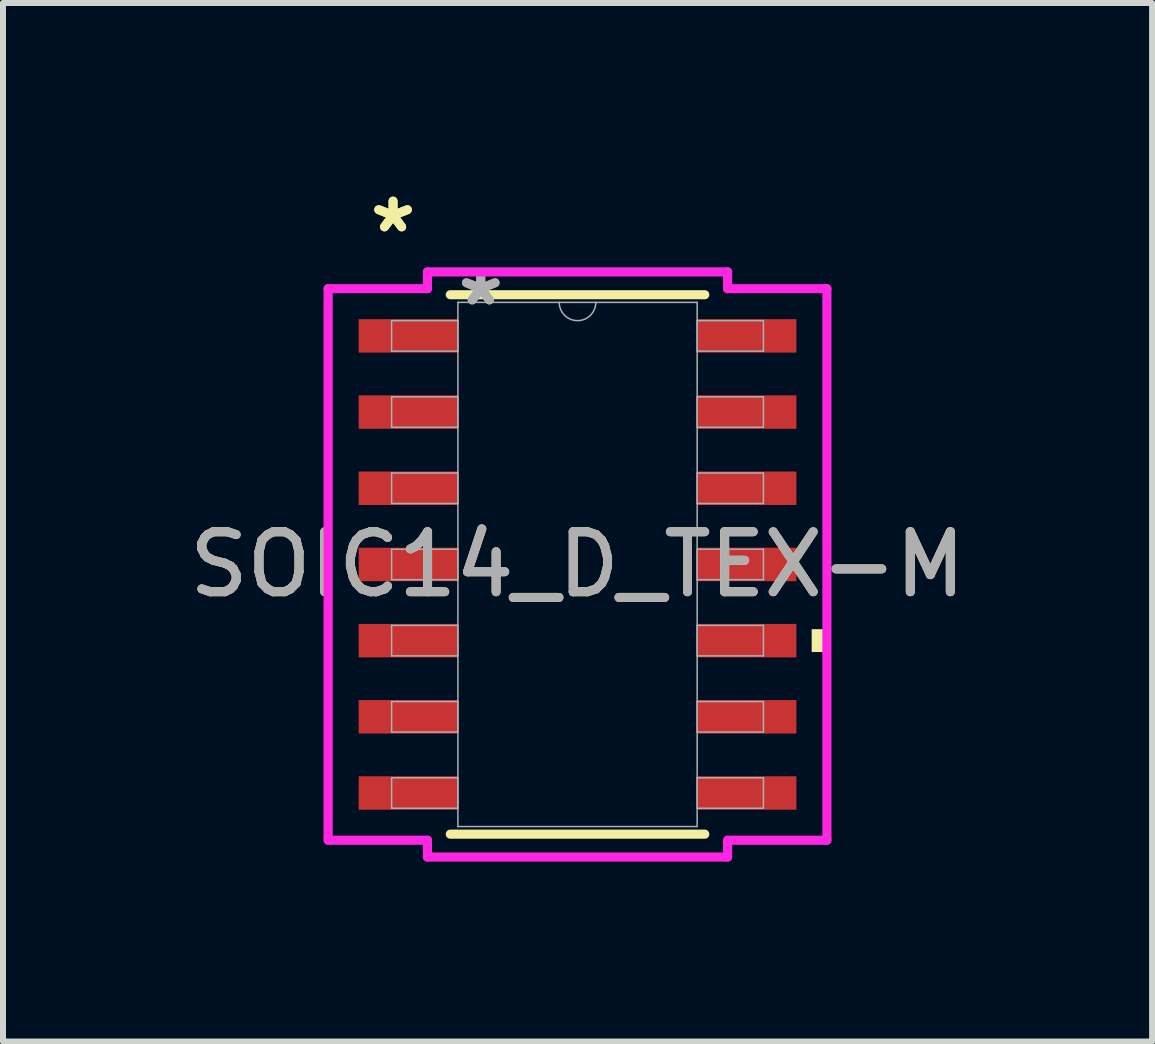
<source format=kicad_pcb>
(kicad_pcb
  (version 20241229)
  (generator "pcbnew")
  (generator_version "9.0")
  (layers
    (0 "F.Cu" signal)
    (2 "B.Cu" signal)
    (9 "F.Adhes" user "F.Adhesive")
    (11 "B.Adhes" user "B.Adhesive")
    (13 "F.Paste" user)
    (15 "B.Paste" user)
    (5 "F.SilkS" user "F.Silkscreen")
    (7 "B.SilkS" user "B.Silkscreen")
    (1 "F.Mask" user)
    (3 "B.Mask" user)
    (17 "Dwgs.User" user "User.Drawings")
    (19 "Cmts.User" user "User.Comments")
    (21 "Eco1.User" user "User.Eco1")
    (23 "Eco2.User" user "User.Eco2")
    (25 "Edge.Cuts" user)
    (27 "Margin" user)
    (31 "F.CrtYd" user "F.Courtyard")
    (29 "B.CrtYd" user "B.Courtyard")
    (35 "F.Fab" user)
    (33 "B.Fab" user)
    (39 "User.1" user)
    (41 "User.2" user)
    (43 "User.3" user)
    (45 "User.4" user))
  (footprint "SOIC14_D_TEX-M"
    (layer "F.Cu")
    (at 6.577 6.359)
    (property "Reference" "SOIC14_D_TEX-M" (at 0 0 0) (unlocked yes) (layer "F.SilkS") (effects (font (size 1 1) (thickness 0.15))))
    (attr smd)
    (fp_line (start -2.121 4.496) (end 2.121 4.496) (stroke (width 0.152) (type solid)) (layer "F.SilkS"))
    (fp_line (start 2.121 -4.496) (end -2.121 -4.496) (stroke (width 0.152) (type solid)) (layer "F.SilkS"))
    (fp_poly (pts (xy 4.157 1.079) (xy 4.157 1.46) (xy 3.903 1.46) (xy 3.903 1.079)) (stroke (width 0) (type solid)) (fill yes) (layer "F.SilkS"))
    (fp_line (start -4.157 -4.597) (end -2.502 -4.597) (stroke (width 0.152) (type solid)) (layer "F.CrtYd"))
    (fp_line (start -4.157 4.597) (end -4.157 -4.597) (stroke (width 0.152) (type solid)) (layer "F.CrtYd"))
    (fp_line (start -4.157 4.597) (end -2.502 4.597) (stroke (width 0.152) (type solid)) (layer "F.CrtYd"))
    (fp_line (start -2.502 -4.877) (end 2.502 -4.877) (stroke (width 0.152) (type solid)) (layer "F.CrtYd"))
    (fp_line (start -2.502 -4.597) (end -2.502 -4.877) (stroke (width 0.152) (type solid)) (layer "F.CrtYd"))
    (fp_line (start -2.502 4.877) (end -2.502 4.597) (stroke (width 0.152) (type solid)) (layer "F.CrtYd"))
    (fp_line (start 2.502 -4.877) (end 2.502 -4.597) (stroke (width 0.152) (type solid)) (layer "F.CrtYd"))
    (fp_line (start 2.502 4.597) (end 2.502 4.877) (stroke (width 0.152) (type solid)) (layer "F.CrtYd"))
    (fp_line (start 2.502 4.877) (end -2.502 4.877) (stroke (width 0.152) (type solid)) (layer "F.CrtYd"))
    (fp_line (start 4.157 -4.597) (end 2.502 -4.597) (stroke (width 0.152) (type solid)) (layer "F.CrtYd"))
    (fp_line (start 4.157 -4.597) (end 4.157 4.597) (stroke (width 0.152) (type solid)) (layer "F.CrtYd"))
    (fp_line (start 4.157 4.597) (end 2.502 4.597) (stroke (width 0.152) (type solid)) (layer "F.CrtYd"))
    (fp_line (start -3.099 -4.064) (end -3.099 -3.556) (stroke (width 0.025) (type solid)) (layer "F.Fab"))
    (fp_line (start -3.099 -3.556) (end -1.994 -3.556) (stroke (width 0.025) (type solid)) (layer "F.Fab"))
    (fp_line (start -3.099 -2.794) (end -3.099 -2.286) (stroke (width 0.025) (type solid)) (layer "F.Fab"))
    (fp_line (start -3.099 -2.286) (end -1.994 -2.286) (stroke (width 0.025) (type solid)) (layer "F.Fab"))
    (fp_line (start -3.099 -1.524) (end -3.099 -1.016) (stroke (width 0.025) (type solid)) (layer "F.Fab"))
    (fp_line (start -3.099 -1.016) (end -1.994 -1.016) (stroke (width 0.025) (type solid)) (layer "F.Fab"))
    (fp_line (start -3.099 -0.254) (end -3.099 0.254) (stroke (width 0.025) (type solid)) (layer "F.Fab"))
    (fp_line (start -3.099 0.254) (end -1.994 0.254) (stroke (width 0.025) (type solid)) (layer "F.Fab"))
    (fp_line (start -3.099 1.016) (end -3.099 1.524) (stroke (width 0.025) (type solid)) (layer "F.Fab"))
    (fp_line (start -3.099 1.524) (end -1.994 1.524) (stroke (width 0.025) (type solid)) (layer "F.Fab"))
    (fp_line (start -3.099 2.286) (end -3.099 2.794) (stroke (width 0.025) (type solid)) (layer "F.Fab"))
    (fp_line (start -3.099 2.794) (end -1.994 2.794) (stroke (width 0.025) (type solid)) (layer "F.Fab"))
    (fp_line (start -3.099 3.556) (end -3.099 4.064) (stroke (width 0.025) (type solid)) (layer "F.Fab"))
    (fp_line (start -3.099 4.064) (end -1.994 4.064) (stroke (width 0.025) (type solid)) (layer "F.Fab"))
    (fp_line (start -1.994 -4.369) (end -1.994 4.369) (stroke (width 0.025) (type solid)) (layer "F.Fab"))
    (fp_line (start -1.994 -4.064) (end -3.099 -4.064) (stroke (width 0.025) (type solid)) (layer "F.Fab"))
    (fp_line (start -1.994 -3.556) (end -1.994 -4.064) (stroke (width 0.025) (type solid)) (layer "F.Fab"))
    (fp_line (start -1.994 -2.794) (end -3.099 -2.794) (stroke (width 0.025) (type solid)) (layer "F.Fab"))
    (fp_line (start -1.994 -2.286) (end -1.994 -2.794) (stroke (width 0.025) (type solid)) (layer "F.Fab"))
    (fp_line (start -1.994 -1.524) (end -3.099 -1.524) (stroke (width 0.025) (type solid)) (layer "F.Fab"))
    (fp_line (start -1.994 -1.016) (end -1.994 -1.524) (stroke (width 0.025) (type solid)) (layer "F.Fab"))
    (fp_line (start -1.994 -0.254) (end -3.099 -0.254) (stroke (width 0.025) (type solid)) (layer "F.Fab"))
    (fp_line (start -1.994 0.254) (end -1.994 -0.254) (stroke (width 0.025) (type solid)) (layer "F.Fab"))
    (fp_line (start -1.994 1.016) (end -3.099 1.016) (stroke (width 0.025) (type solid)) (layer "F.Fab"))
    (fp_line (start -1.994 1.524) (end -1.994 1.016) (stroke (width 0.025) (type solid)) (layer "F.Fab"))
    (fp_line (start -1.994 2.286) (end -3.099 2.286) (stroke (width 0.025) (type solid)) (layer "F.Fab"))
    (fp_line (start -1.994 2.794) (end -1.994 2.286) (stroke (width 0.025) (type solid)) (layer "F.Fab"))
    (fp_line (start -1.994 3.556) (end -3.099 3.556) (stroke (width 0.025) (type solid)) (layer "F.Fab"))
    (fp_line (start -1.994 4.064) (end -1.994 3.556) (stroke (width 0.025) (type solid)) (layer "F.Fab"))
    (fp_line (start -1.994 4.369) (end 1.994 4.369) (stroke (width 0.025) (type solid)) (layer "F.Fab"))
    (fp_line (start 1.994 -4.369) (end -1.994 -4.369) (stroke (width 0.025) (type solid)) (layer "F.Fab"))
    (fp_line (start 1.994 -4.064) (end 1.994 -3.556) (stroke (width 0.025) (type solid)) (layer "F.Fab"))
    (fp_line (start 1.994 -3.556) (end 3.099 -3.556) (stroke (width 0.025) (type solid)) (layer "F.Fab"))
    (fp_line (start 1.994 -2.794) (end 1.994 -2.286) (stroke (width 0.025) (type solid)) (layer "F.Fab"))
    (fp_line (start 1.994 -2.286) (end 3.099 -2.286) (stroke (width 0.025) (type solid)) (layer "F.Fab"))
    (fp_line (start 1.994 -1.524) (end 1.994 -1.016) (stroke (width 0.025) (type solid)) (layer "F.Fab"))
    (fp_line (start 1.994 -1.016) (end 3.099 -1.016) (stroke (width 0.025) (type solid)) (layer "F.Fab"))
    (fp_line (start 1.994 -0.254) (end 1.994 0.254) (stroke (width 0.025) (type solid)) (layer "F.Fab"))
    (fp_line (start 1.994 0.254) (end 3.099 0.254) (stroke (width 0.025) (type solid)) (layer "F.Fab"))
    (fp_line (start 1.994 1.016) (end 1.994 1.524) (stroke (width 0.025) (type solid)) (layer "F.Fab"))
    (fp_line (start 1.994 1.524) (end 3.099 1.524) (stroke (width 0.025) (type solid)) (layer "F.Fab"))
    (fp_line (start 1.994 2.286) (end 1.994 2.794) (stroke (width 0.025) (type solid)) (layer "F.Fab"))
    (fp_line (start 1.994 2.794) (end 3.099 2.794) (stroke (width 0.025) (type solid)) (layer "F.Fab"))
    (fp_line (start 1.994 3.556) (end 1.994 4.064) (stroke (width 0.025) (type solid)) (layer "F.Fab"))
    (fp_line (start 1.994 4.064) (end 3.099 4.064) (stroke (width 0.025) (type solid)) (layer "F.Fab"))
    (fp_line (start 1.994 4.369) (end 1.994 -4.369) (stroke (width 0.025) (type solid)) (layer "F.Fab"))
    (fp_line (start 3.099 -4.064) (end 1.994 -4.064) (stroke (width 0.025) (type solid)) (layer "F.Fab"))
    (fp_line (start 3.099 -3.556) (end 3.099 -4.064) (stroke (width 0.025) (type solid)) (layer "F.Fab"))
    (fp_line (start 3.099 -2.794) (end 1.994 -2.794) (stroke (width 0.025) (type solid)) (layer "F.Fab"))
    (fp_line (start 3.099 -2.286) (end 3.099 -2.794) (stroke (width 0.025) (type solid)) (layer "F.Fab"))
    (fp_line (start 3.099 -1.524) (end 1.994 -1.524) (stroke (width 0.025) (type solid)) (layer "F.Fab"))
    (fp_line (start 3.099 -1.016) (end 3.099 -1.524) (stroke (width 0.025) (type solid)) (layer "F.Fab"))
    (fp_line (start 3.099 -0.254) (end 1.994 -0.254) (stroke (width 0.025) (type solid)) (layer "F.Fab"))
    (fp_line (start 3.099 0.254) (end 3.099 -0.254) (stroke (width 0.025) (type solid)) (layer "F.Fab"))
    (fp_line (start 3.099 1.016) (end 1.994 1.016) (stroke (width 0.025) (type solid)) (layer "F.Fab"))
    (fp_line (start 3.099 1.524) (end 3.099 1.016) (stroke (width 0.025) (type solid)) (layer "F.Fab"))
    (fp_line (start 3.099 2.286) (end 1.994 2.286) (stroke (width 0.025) (type solid)) (layer "F.Fab"))
    (fp_line (start 3.099 2.794) (end 3.099 2.286) (stroke (width 0.025) (type solid)) (layer "F.Fab"))
    (fp_line (start 3.099 3.556) (end 1.994 3.556) (stroke (width 0.025) (type solid)) (layer "F.Fab"))
    (fp_line (start 3.099 4.064) (end 3.099 3.556) (stroke (width 0.025) (type solid)) (layer "F.Fab"))
    (fp_arc (start 0.3048 -4.3688) (mid 0 -4.064) (end -0.3048 -4.3688) (stroke (width 0.0254) (type solid)) (layer "F.Fab"))
    (fp_text user "*" (at -3.075 -5.511 0) (layer "F.SilkS") (effects (font (size 1 1) (thickness 0.15))))
    (fp_text user "*" (at -3.075 -5.511 0) (unlocked yes) (layer "F.SilkS") (effects (font (size 1 1) (thickness 0.15))))
    (fp_text user "${REFERENCE}" (at 0 0 0) (unlocked yes) (layer "F.Fab") (effects (font (size 1 1) (thickness 0.15))))
    (fp_text user "*" (at -1.613 -4.293 0) (unlocked yes) (layer "F.Fab") (effects (font (size 1 1) (thickness 0.15))))
    (fp_text user "*" (at -1.613 -4.293 0) (layer "F.Fab") (effects (font (size 1 1) (thickness 0.15))))
    (pad "1" smd rect (at -2.821 -3.81) (size 1.655 0.558) (layers "F.Cu" "F.Mask" "F.Paste"))
    (pad "2" smd rect (at -2.821 -2.54) (size 1.655 0.558) (layers "F.Cu" "F.Mask" "F.Paste"))
    (pad "3" smd rect (at -2.821 -1.27) (size 1.655 0.558) (layers "F.Cu" "F.Mask" "F.Paste"))
    (pad "4" smd rect (at -2.821 0) (size 1.655 0.558) (layers "F.Cu" "F.Mask" "F.Paste"))
    (pad "5" smd rect (at -2.821 1.27) (size 1.655 0.558) (layers "F.Cu" "F.Mask" "F.Paste"))
    (pad "6" smd rect (at -2.821 2.54) (size 1.655 0.558) (layers "F.Cu" "F.Mask" "F.Paste"))
    (pad "7" smd rect (at -2.821 3.81) (size 1.655 0.558) (layers "F.Cu" "F.Mask" "F.Paste"))
    (pad "8" smd rect (at 2.821 3.81) (size 1.655 0.558) (layers "F.Cu" "F.Mask" "F.Paste"))
    (pad "9" smd rect (at 2.821 2.54) (size 1.655 0.558) (layers "F.Cu" "F.Mask" "F.Paste"))
    (pad "10" smd rect (at 2.821 1.27) (size 1.655 0.558) (layers "F.Cu" "F.Mask" "F.Paste"))
    (pad "11" smd rect (at 2.821 0) (size 1.655 0.558) (layers "F.Cu" "F.Mask" "F.Paste"))
    (pad "12" smd rect (at 2.821 -1.27) (size 1.655 0.558) (layers "F.Cu" "F.Mask" "F.Paste"))
    (pad "13" smd rect (at 2.821 -2.54) (size 1.655 0.558) (layers "F.Cu" "F.Mask" "F.Paste"))
    (pad "14" smd rect (at 2.821 -3.81) (size 1.655 0.558) (layers "F.Cu" "F.Mask" "F.Paste")))
  (gr_rect
    (start -3 -3)
    (end 16.155 14.312)
    (stroke (width 0.1) (type default))
    (fill no)
    (layer "Edge.Cuts")))
</source>
